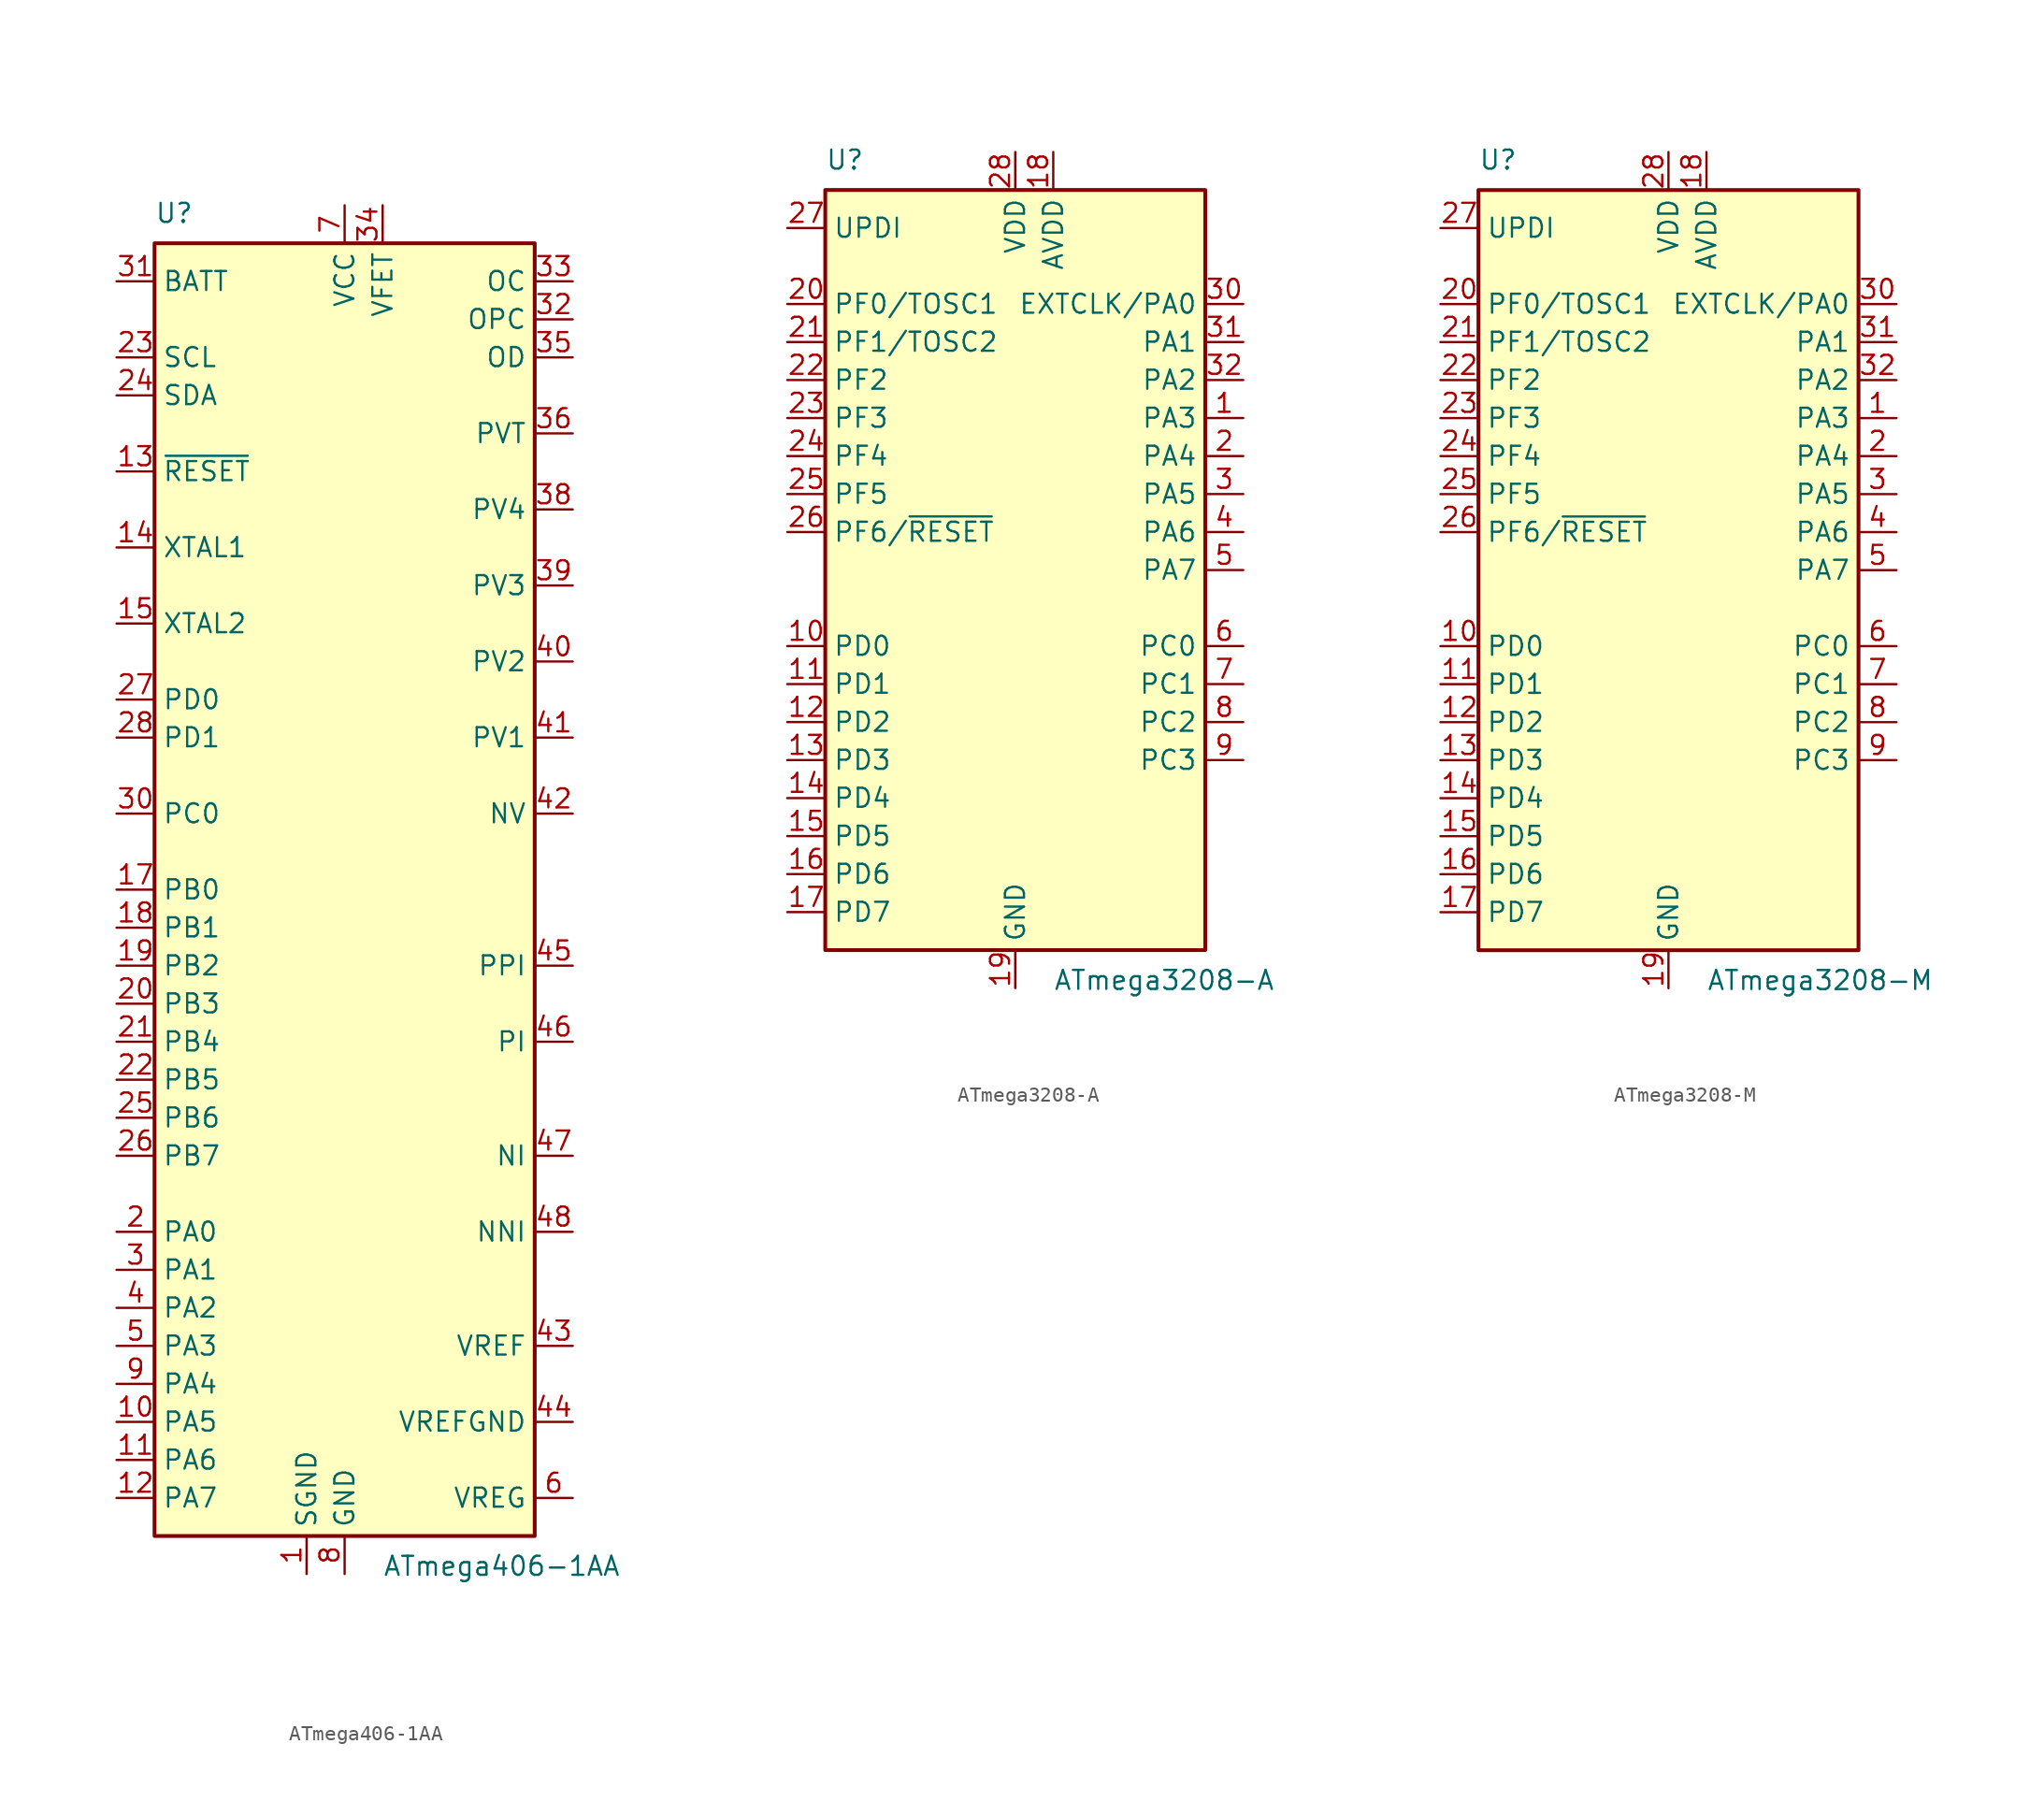
<source format=kicad_sym>
(kicad_symbol_lib
  (version 20201005)
  (generator kicad_symbol_editor)
  (symbol "ATmega406-1AA"
    (property "Reference" "U"
      (at -12.7 44.45 0)
      (effects (font (size 1.27 1.27)) (justify left bottom)))
    (property "Value" "ATmega406-1AA"
      (at 2.54 -44.45 0)
      (effects (font (size 1.27 1.27)) (justify left top)))
    (symbol "ATmega406-1AA_1_1"
      (rectangle (start -12.7 43.18) (end 12.7 -43.18) (stroke (width 0.254)) (fill (type background)))
      (pin power_in line (at -2.54 -45.72 90) (length 2.54) (name "SGND" (effects (font (size 1.27 1.27)))) (number "1" (effects (font (size 1.27 1.27)))))
      (pin tri_state line (at -15.24 -35.56 0) (length 2.54) (name "PA5" (effects (font (size 1.27 1.27)))) (number "10" (effects (font (size 1.27 1.27)))))
      (pin tri_state line (at -15.24 -38.1 0) (length 2.54) (name "PA6" (effects (font (size 1.27 1.27)))) (number "11" (effects (font (size 1.27 1.27)))))
      (pin tri_state line (at -15.24 -40.64 0) (length 2.54) (name "PA7" (effects (font (size 1.27 1.27)))) (number "12" (effects (font (size 1.27 1.27)))))
      (pin input line (at -15.24 27.94 0) (length 2.54) (name "~RESET" (effects (font (size 1.27 1.27)))) (number "13" (effects (font (size 1.27 1.27)))))
      (pin input line (at -15.24 22.86 0) (length 2.54) (name "XTAL1" (effects (font (size 1.27 1.27)))) (number "14" (effects (font (size 1.27 1.27)))))
      (pin output line (at -15.24 17.78 0) (length 2.54) (name "XTAL2" (effects (font (size 1.27 1.27)))) (number "15" (effects (font (size 1.27 1.27)))))
      (pin passive line (at 0 -45.72 90) (length 2.54) hide (name "GND" (effects (font (size 1.27 1.27)))) (number "16" (effects (font (size 1.27 1.27)))))
      (pin tri_state line (at -15.24 0 0) (length 2.54) (name "PB0" (effects (font (size 1.27 1.27)))) (number "17" (effects (font (size 1.27 1.27)))))
      (pin tri_state line (at -15.24 -2.54 0) (length 2.54) (name "PB1" (effects (font (size 1.27 1.27)))) (number "18" (effects (font (size 1.27 1.27)))))
      (pin tri_state line (at -15.24 -5.08 0) (length 2.54) (name "PB2" (effects (font (size 1.27 1.27)))) (number "19" (effects (font (size 1.27 1.27)))))
      (pin tri_state line (at -15.24 -22.86 0) (length 2.54) (name "PA0" (effects (font (size 1.27 1.27)))) (number "2" (effects (font (size 1.27 1.27)))))
      (pin tri_state line (at -15.24 -7.62 0) (length 2.54) (name "PB3" (effects (font (size 1.27 1.27)))) (number "20" (effects (font (size 1.27 1.27)))))
      (pin tri_state line (at -15.24 -10.16 0) (length 2.54) (name "PB4" (effects (font (size 1.27 1.27)))) (number "21" (effects (font (size 1.27 1.27)))))
      (pin tri_state line (at -15.24 -12.7 0) (length 2.54) (name "PB5" (effects (font (size 1.27 1.27)))) (number "22" (effects (font (size 1.27 1.27)))))
      (pin input line (at -15.24 35.56 0) (length 2.54) (name "SCL" (effects (font (size 1.27 1.27)))) (number "23" (effects (font (size 1.27 1.27)))))
      (pin bidirectional line (at -15.24 33.02 0) (length 2.54) (name "SDA" (effects (font (size 1.27 1.27)))) (number "24" (effects (font (size 1.27 1.27)))))
      (pin tri_state line (at -15.24 -15.24 0) (length 2.54) (name "PB6" (effects (font (size 1.27 1.27)))) (number "25" (effects (font (size 1.27 1.27)))))
      (pin tri_state line (at -15.24 -17.78 0) (length 2.54) (name "PB7" (effects (font (size 1.27 1.27)))) (number "26" (effects (font (size 1.27 1.27)))))
      (pin tri_state line (at -15.24 12.7 0) (length 2.54) (name "PD0" (effects (font (size 1.27 1.27)))) (number "27" (effects (font (size 1.27 1.27)))))
      (pin tri_state line (at -15.24 10.16 0) (length 2.54) (name "PD1" (effects (font (size 1.27 1.27)))) (number "28" (effects (font (size 1.27 1.27)))))
      (pin passive line (at 0 -45.72 90) (length 2.54) hide (name "GND" (effects (font (size 1.27 1.27)))) (number "29" (effects (font (size 1.27 1.27)))))
      (pin tri_state line (at -15.24 -25.4 0) (length 2.54) (name "PA1" (effects (font (size 1.27 1.27)))) (number "3" (effects (font (size 1.27 1.27)))))
      (pin open_collector line (at -15.24 5.08 0) (length 2.54) (name "PC0" (effects (font (size 1.27 1.27)))) (number "30" (effects (font (size 1.27 1.27)))))
      (pin input line (at -15.24 40.64 0) (length 2.54) (name "BATT" (effects (font (size 1.27 1.27)))) (number "31" (effects (font (size 1.27 1.27)))))
      (pin output line (at 15.24 38.1 180) (length 2.54) (name "OPC" (effects (font (size 1.27 1.27)))) (number "32" (effects (font (size 1.27 1.27)))))
      (pin output line (at 15.24 40.64 180) (length 2.54) (name "OC" (effects (font (size 1.27 1.27)))) (number "33" (effects (font (size 1.27 1.27)))))
      (pin power_in line (at 2.54 45.72 270) (length 2.54) (name "VFET" (effects (font (size 1.27 1.27)))) (number "34" (effects (font (size 1.27 1.27)))))
      (pin output line (at 15.24 35.56 180) (length 2.54) (name "OD" (effects (font (size 1.27 1.27)))) (number "35" (effects (font (size 1.27 1.27)))))
      (pin input line (at 15.24 30.48 180) (length 2.54) (name "PVT" (effects (font (size 1.27 1.27)))) (number "36" (effects (font (size 1.27 1.27)))))
      (pin passive line (at 0 -45.72 90) (length 2.54) hide (name "GND" (effects (font (size 1.27 1.27)))) (number "37" (effects (font (size 1.27 1.27)))))
      (pin input line (at 15.24 25.4 180) (length 2.54) (name "PV4" (effects (font (size 1.27 1.27)))) (number "38" (effects (font (size 1.27 1.27)))))
      (pin input line (at 15.24 20.32 180) (length 2.54) (name "PV3" (effects (font (size 1.27 1.27)))) (number "39" (effects (font (size 1.27 1.27)))))
      (pin tri_state line (at -15.24 -27.94 0) (length 2.54) (name "PA2" (effects (font (size 1.27 1.27)))) (number "4" (effects (font (size 1.27 1.27)))))
      (pin input line (at 15.24 15.24 180) (length 2.54) (name "PV2" (effects (font (size 1.27 1.27)))) (number "40" (effects (font (size 1.27 1.27)))))
      (pin input line (at 15.24 10.16 180) (length 2.54) (name "PV1" (effects (font (size 1.27 1.27)))) (number "41" (effects (font (size 1.27 1.27)))))
      (pin input line (at 15.24 5.08 180) (length 2.54) (name "NV" (effects (font (size 1.27 1.27)))) (number "42" (effects (font (size 1.27 1.27)))))
      (pin passive line (at 15.24 -30.48 180) (length 2.54) (name "VREF" (effects (font (size 1.27 1.27)))) (number "43" (effects (font (size 1.27 1.27)))))
      (pin passive line (at 15.24 -35.56 180) (length 2.54) (name "VREFGND" (effects (font (size 1.27 1.27)))) (number "44" (effects (font (size 1.27 1.27)))))
      (pin input line (at 15.24 -5.08 180) (length 2.54) (name "PPI" (effects (font (size 1.27 1.27)))) (number "45" (effects (font (size 1.27 1.27)))))
      (pin input line (at 15.24 -10.16 180) (length 2.54) (name "PI" (effects (font (size 1.27 1.27)))) (number "46" (effects (font (size 1.27 1.27)))))
      (pin input line (at 15.24 -17.78 180) (length 2.54) (name "NI" (effects (font (size 1.27 1.27)))) (number "47" (effects (font (size 1.27 1.27)))))
      (pin input line (at 15.24 -22.86 180) (length 2.54) (name "NNI" (effects (font (size 1.27 1.27)))) (number "48" (effects (font (size 1.27 1.27)))))
      (pin tri_state line (at -15.24 -30.48 0) (length 2.54) (name "PA3" (effects (font (size 1.27 1.27)))) (number "5" (effects (font (size 1.27 1.27)))))
      (pin power_out line (at 15.24 -40.64 180) (length 2.54) (name "VREG" (effects (font (size 1.27 1.27)))) (number "6" (effects (font (size 1.27 1.27)))))
      (pin power_in line (at 0 45.72 270) (length 2.54) (name "VCC" (effects (font (size 1.27 1.27)))) (number "7" (effects (font (size 1.27 1.27)))))
      (pin power_in line (at 0 -45.72 90) (length 2.54) (name "GND" (effects (font (size 1.27 1.27)))) (number "8" (effects (font (size 1.27 1.27)))))
      (pin tri_state line (at -15.24 -33.02 0) (length 2.54) (name "PA4" (effects (font (size 1.27 1.27)))) (number "9" (effects (font (size 1.27 1.27)))))))
  (symbol "ATmega3208-A"
    (property "Reference" "U"
      (at -12.7 26.67 0)
      (effects (font (size 1.27 1.27)) (justify left bottom)))
    (property "Value" "ATmega3208-A"
      (at 2.54 -26.67 0)
      (effects (font (size 1.27 1.27)) (justify left top)))
    (symbol "ATmega3208-A_0_1"
      (rectangle (start -12.7 -25.4) (end 12.7 25.4) (stroke (width 0.254)) (fill (type background))))
    (symbol "ATmega3208-A_1_1"
      (pin tri_state line (at 15.24 10.16 180) (length 2.54) (name "PA3" (effects (font (size 1.27 1.27)))) (number "1" (effects (font (size 1.27 1.27)))))
      (pin tri_state line (at -15.24 -5.08 0) (length 2.54) (name "PD0" (effects (font (size 1.27 1.27)))) (number "10" (effects (font (size 1.27 1.27)))))
      (pin tri_state line (at -15.24 -7.62 0) (length 2.54) (name "PD1" (effects (font (size 1.27 1.27)))) (number "11" (effects (font (size 1.27 1.27)))))
      (pin tri_state line (at -15.24 -10.16 0) (length 2.54) (name "PD2" (effects (font (size 1.27 1.27)))) (number "12" (effects (font (size 1.27 1.27)))))
      (pin tri_state line (at -15.24 -12.7 0) (length 2.54) (name "PD3" (effects (font (size 1.27 1.27)))) (number "13" (effects (font (size 1.27 1.27)))))
      (pin tri_state line (at -15.24 -15.24 0) (length 2.54) (name "PD4" (effects (font (size 1.27 1.27)))) (number "14" (effects (font (size 1.27 1.27)))))
      (pin tri_state line (at -15.24 -17.78 0) (length 2.54) (name "PD5" (effects (font (size 1.27 1.27)))) (number "15" (effects (font (size 1.27 1.27)))))
      (pin tri_state line (at -15.24 -20.32 0) (length 2.54) (name "PD6" (effects (font (size 1.27 1.27)))) (number "16" (effects (font (size 1.27 1.27)))))
      (pin tri_state line (at -15.24 -22.86 0) (length 2.54) (name "PD7" (effects (font (size 1.27 1.27)))) (number "17" (effects (font (size 1.27 1.27)))))
      (pin power_in line (at 2.54 27.94 270) (length 2.54) (name "AVDD" (effects (font (size 1.27 1.27)))) (number "18" (effects (font (size 1.27 1.27)))))
      (pin power_in line (at 0 -27.94 90) (length 2.54) (name "GND" (effects (font (size 1.27 1.27)))) (number "19" (effects (font (size 1.27 1.27)))))
      (pin tri_state line (at 15.24 7.62 180) (length 2.54) (name "PA4" (effects (font (size 1.27 1.27)))) (number "2" (effects (font (size 1.27 1.27)))))
      (pin tri_state line (at -15.24 17.78 0) (length 2.54) (name "PF0/TOSC1" (effects (font (size 1.27 1.27)))) (number "20" (effects (font (size 1.27 1.27)))))
      (pin tri_state line (at -15.24 15.24 0) (length 2.54) (name "PF1/TOSC2" (effects (font (size 1.27 1.27)))) (number "21" (effects (font (size 1.27 1.27)))))
      (pin tri_state line (at -15.24 12.7 0) (length 2.54) (name "PF2" (effects (font (size 1.27 1.27)))) (number "22" (effects (font (size 1.27 1.27)))))
      (pin tri_state line (at -15.24 10.16 0) (length 2.54) (name "PF3" (effects (font (size 1.27 1.27)))) (number "23" (effects (font (size 1.27 1.27)))))
      (pin tri_state line (at -15.24 7.62 0) (length 2.54) (name "PF4" (effects (font (size 1.27 1.27)))) (number "24" (effects (font (size 1.27 1.27)))))
      (pin tri_state line (at -15.24 5.08 0) (length 2.54) (name "PF5" (effects (font (size 1.27 1.27)))) (number "25" (effects (font (size 1.27 1.27)))))
      (pin tri_state line (at -15.24 2.54 0) (length 2.54) (name "PF6/~RESET" (effects (font (size 1.27 1.27)))) (number "26" (effects (font (size 1.27 1.27)))))
      (pin bidirectional line (at -15.24 22.86 0) (length 2.54) (name "UPDI" (effects (font (size 1.27 1.27)))) (number "27" (effects (font (size 1.27 1.27)))))
      (pin power_in line (at 0 27.94 270) (length 2.54) (name "VDD" (effects (font (size 1.27 1.27)))) (number "28" (effects (font (size 1.27 1.27)))))
      (pin passive line (at 0 -27.94 90) (length 2.54) hide (name "GND" (effects (font (size 1.27 1.27)))) (number "29" (effects (font (size 1.27 1.27)))))
      (pin tri_state line (at 15.24 5.08 180) (length 2.54) (name "PA5" (effects (font (size 1.27 1.27)))) (number "3" (effects (font (size 1.27 1.27)))))
      (pin tri_state line (at 15.24 17.78 180) (length 2.54) (name "EXTCLK/PA0" (effects (font (size 1.27 1.27)))) (number "30" (effects (font (size 1.27 1.27)))))
      (pin tri_state line (at 15.24 15.24 180) (length 2.54) (name "PA1" (effects (font (size 1.27 1.27)))) (number "31" (effects (font (size 1.27 1.27)))))
      (pin tri_state line (at 15.24 12.7 180) (length 2.54) (name "PA2" (effects (font (size 1.27 1.27)))) (number "32" (effects (font (size 1.27 1.27)))))
      (pin tri_state line (at 15.24 2.54 180) (length 2.54) (name "PA6" (effects (font (size 1.27 1.27)))) (number "4" (effects (font (size 1.27 1.27)))))
      (pin tri_state line (at 15.24 0 180) (length 2.54) (name "PA7" (effects (font (size 1.27 1.27)))) (number "5" (effects (font (size 1.27 1.27)))))
      (pin tri_state line (at 15.24 -5.08 180) (length 2.54) (name "PC0" (effects (font (size 1.27 1.27)))) (number "6" (effects (font (size 1.27 1.27)))))
      (pin tri_state line (at 15.24 -7.62 180) (length 2.54) (name "PC1" (effects (font (size 1.27 1.27)))) (number "7" (effects (font (size 1.27 1.27)))))
      (pin tri_state line (at 15.24 -10.16 180) (length 2.54) (name "PC2" (effects (font (size 1.27 1.27)))) (number "8" (effects (font (size 1.27 1.27)))))
      (pin tri_state line (at 15.24 -12.7 180) (length 2.54) (name "PC3" (effects (font (size 1.27 1.27)))) (number "9" (effects (font (size 1.27 1.27)))))))
  (symbol "ATmega3208-M"
    (property "Reference" "U"
      (at -12.7 26.67 0)
      (effects (font (size 1.27 1.27)) (justify left bottom)))
    (property "Value" "ATmega3208-M"
      (at 2.54 -26.67 0)
      (effects (font (size 1.27 1.27)) (justify left top)))
    (symbol "ATmega3208-M_0_1"
      (rectangle (start -12.7 -25.4) (end 12.7 25.4) (stroke (width 0.254)) (fill (type background))))
    (symbol "ATmega3208-M_1_1"
      (pin tri_state line (at 15.24 10.16 180) (length 2.54) (name "PA3" (effects (font (size 1.27 1.27)))) (number "1" (effects (font (size 1.27 1.27)))))
      (pin tri_state line (at -15.24 -5.08 0) (length 2.54) (name "PD0" (effects (font (size 1.27 1.27)))) (number "10" (effects (font (size 1.27 1.27)))))
      (pin tri_state line (at -15.24 -7.62 0) (length 2.54) (name "PD1" (effects (font (size 1.27 1.27)))) (number "11" (effects (font (size 1.27 1.27)))))
      (pin tri_state line (at -15.24 -10.16 0) (length 2.54) (name "PD2" (effects (font (size 1.27 1.27)))) (number "12" (effects (font (size 1.27 1.27)))))
      (pin tri_state line (at -15.24 -12.7 0) (length 2.54) (name "PD3" (effects (font (size 1.27 1.27)))) (number "13" (effects (font (size 1.27 1.27)))))
      (pin tri_state line (at -15.24 -15.24 0) (length 2.54) (name "PD4" (effects (font (size 1.27 1.27)))) (number "14" (effects (font (size 1.27 1.27)))))
      (pin tri_state line (at -15.24 -17.78 0) (length 2.54) (name "PD5" (effects (font (size 1.27 1.27)))) (number "15" (effects (font (size 1.27 1.27)))))
      (pin tri_state line (at -15.24 -20.32 0) (length 2.54) (name "PD6" (effects (font (size 1.27 1.27)))) (number "16" (effects (font (size 1.27 1.27)))))
      (pin tri_state line (at -15.24 -22.86 0) (length 2.54) (name "PD7" (effects (font (size 1.27 1.27)))) (number "17" (effects (font (size 1.27 1.27)))))
      (pin power_in line (at 2.54 27.94 270) (length 2.54) (name "AVDD" (effects (font (size 1.27 1.27)))) (number "18" (effects (font (size 1.27 1.27)))))
      (pin power_in line (at 0 -27.94 90) (length 2.54) (name "GND" (effects (font (size 1.27 1.27)))) (number "19" (effects (font (size 1.27 1.27)))))
      (pin tri_state line (at 15.24 7.62 180) (length 2.54) (name "PA4" (effects (font (size 1.27 1.27)))) (number "2" (effects (font (size 1.27 1.27)))))
      (pin tri_state line (at -15.24 17.78 0) (length 2.54) (name "PF0/TOSC1" (effects (font (size 1.27 1.27)))) (number "20" (effects (font (size 1.27 1.27)))))
      (pin tri_state line (at -15.24 15.24 0) (length 2.54) (name "PF1/TOSC2" (effects (font (size 1.27 1.27)))) (number "21" (effects (font (size 1.27 1.27)))))
      (pin tri_state line (at -15.24 12.7 0) (length 2.54) (name "PF2" (effects (font (size 1.27 1.27)))) (number "22" (effects (font (size 1.27 1.27)))))
      (pin tri_state line (at -15.24 10.16 0) (length 2.54) (name "PF3" (effects (font (size 1.27 1.27)))) (number "23" (effects (font (size 1.27 1.27)))))
      (pin tri_state line (at -15.24 7.62 0) (length 2.54) (name "PF4" (effects (font (size 1.27 1.27)))) (number "24" (effects (font (size 1.27 1.27)))))
      (pin tri_state line (at -15.24 5.08 0) (length 2.54) (name "PF5" (effects (font (size 1.27 1.27)))) (number "25" (effects (font (size 1.27 1.27)))))
      (pin tri_state line (at -15.24 2.54 0) (length 2.54) (name "PF6/~RESET" (effects (font (size 1.27 1.27)))) (number "26" (effects (font (size 1.27 1.27)))))
      (pin bidirectional line (at -15.24 22.86 0) (length 2.54) (name "UPDI" (effects (font (size 1.27 1.27)))) (number "27" (effects (font (size 1.27 1.27)))))
      (pin power_in line (at 0 27.94 270) (length 2.54) (name "VDD" (effects (font (size 1.27 1.27)))) (number "28" (effects (font (size 1.27 1.27)))))
      (pin passive line (at 0 -27.94 90) (length 2.54) hide (name "GND" (effects (font (size 1.27 1.27)))) (number "29" (effects (font (size 1.27 1.27)))))
      (pin tri_state line (at 15.24 5.08 180) (length 2.54) (name "PA5" (effects (font (size 1.27 1.27)))) (number "3" (effects (font (size 1.27 1.27)))))
      (pin tri_state line (at 15.24 17.78 180) (length 2.54) (name "EXTCLK/PA0" (effects (font (size 1.27 1.27)))) (number "30" (effects (font (size 1.27 1.27)))))
      (pin tri_state line (at 15.24 15.24 180) (length 2.54) (name "PA1" (effects (font (size 1.27 1.27)))) (number "31" (effects (font (size 1.27 1.27)))))
      (pin tri_state line (at 15.24 12.7 180) (length 2.54) (name "PA2" (effects (font (size 1.27 1.27)))) (number "32" (effects (font (size 1.27 1.27)))))
      (pin passive line (at 0 -27.94 90) (length 2.54) hide (name "GND" (effects (font (size 1.27 1.27)))) (number "33" (effects (font (size 1.27 1.27)))))
      (pin tri_state line (at 15.24 2.54 180) (length 2.54) (name "PA6" (effects (font (size 1.27 1.27)))) (number "4" (effects (font (size 1.27 1.27)))))
      (pin tri_state line (at 15.24 0 180) (length 2.54) (name "PA7" (effects (font (size 1.27 1.27)))) (number "5" (effects (font (size 1.27 1.27)))))
      (pin tri_state line (at 15.24 -5.08 180) (length 2.54) (name "PC0" (effects (font (size 1.27 1.27)))) (number "6" (effects (font (size 1.27 1.27)))))
      (pin tri_state line (at 15.24 -7.62 180) (length 2.54) (name "PC1" (effects (font (size 1.27 1.27)))) (number "7" (effects (font (size 1.27 1.27)))))
      (pin tri_state line (at 15.24 -10.16 180) (length 2.54) (name "PC2" (effects (font (size 1.27 1.27)))) (number "8" (effects (font (size 1.27 1.27)))))
      (pin tri_state line (at 15.24 -12.7 180) (length 2.54) (name "PC3" (effects (font (size 1.27 1.27)))) (number "9" (effects (font (size 1.27 1.27))))))))
</source>
